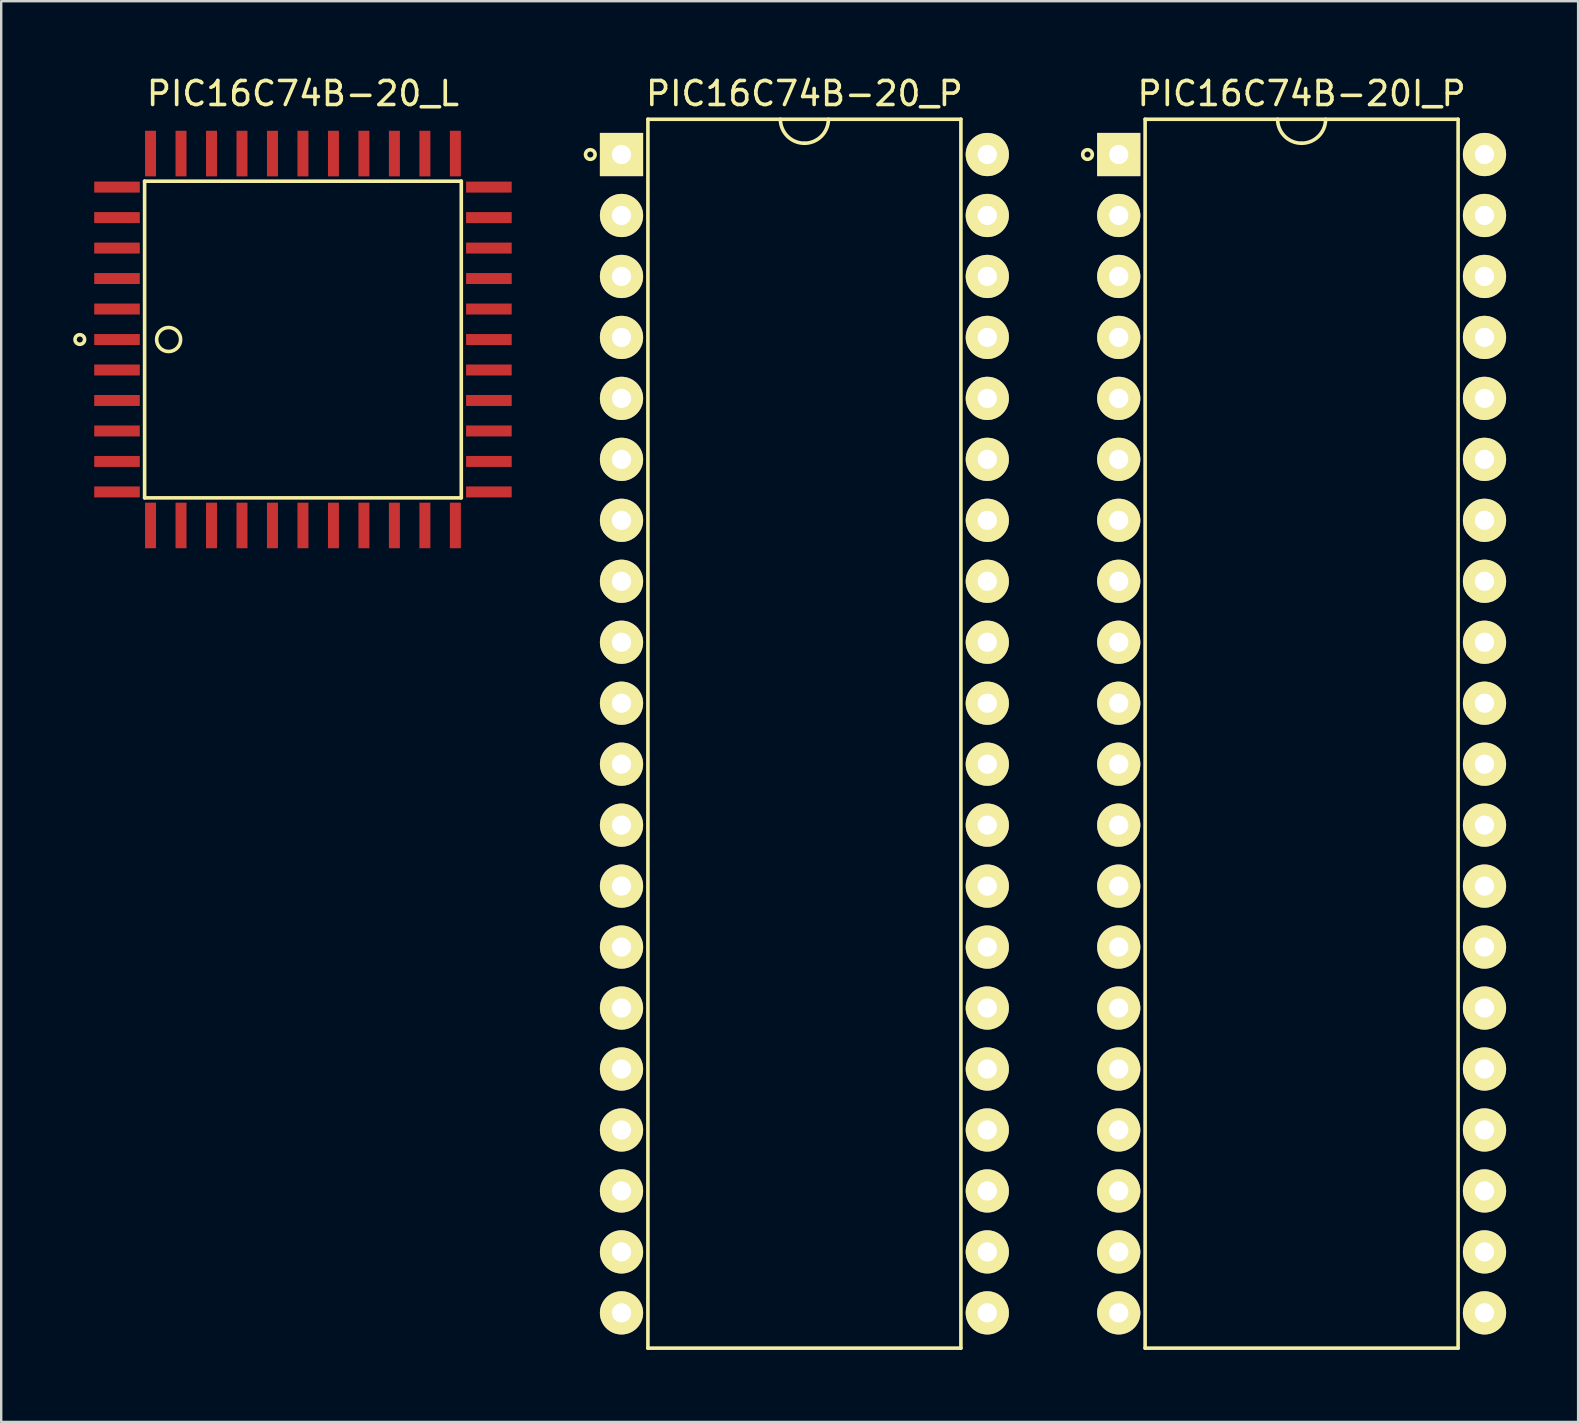
<source format=kicad_pcb>
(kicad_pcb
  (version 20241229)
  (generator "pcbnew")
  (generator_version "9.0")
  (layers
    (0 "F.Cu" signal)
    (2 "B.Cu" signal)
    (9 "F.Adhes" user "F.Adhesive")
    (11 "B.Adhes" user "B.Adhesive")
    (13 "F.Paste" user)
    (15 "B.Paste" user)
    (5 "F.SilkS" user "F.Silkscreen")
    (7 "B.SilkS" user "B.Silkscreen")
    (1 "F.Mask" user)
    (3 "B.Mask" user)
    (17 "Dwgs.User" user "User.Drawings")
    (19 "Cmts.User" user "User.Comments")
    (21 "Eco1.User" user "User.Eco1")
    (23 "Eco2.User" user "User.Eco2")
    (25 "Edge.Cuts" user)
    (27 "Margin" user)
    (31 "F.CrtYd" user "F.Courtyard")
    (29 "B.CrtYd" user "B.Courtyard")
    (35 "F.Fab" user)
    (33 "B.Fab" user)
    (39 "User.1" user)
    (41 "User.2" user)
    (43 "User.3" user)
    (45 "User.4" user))
  (footprint "PIC16C74B-20_P"
    (layer "F.Cu")
    (at 22.844 3.388)
    (property "Reference" "PIC16C74B-20_P" (at 7.62 -2.54 0) (layer "F.SilkS") (effects (font (size 1 1) (thickness 0.15))))
    (attr through_hole)
    (fp_line (start 1.1 -1.47) (end 14.14 -1.47) (stroke (width 0.15) (type solid)) (layer "F.SilkS"))
    (fp_line (start 1.1 49.73) (end 1.1 -1.47) (stroke (width 0.15) (type solid)) (layer "F.SilkS"))
    (fp_line (start 14.14 -1.47) (end 14.14 49.73) (stroke (width 0.15) (type solid)) (layer "F.SilkS"))
    (fp_line (start 14.14 49.73) (end 1.1 49.73) (stroke (width 0.15) (type solid)) (layer "F.SilkS"))
    (fp_arc (start 7.62 -0.47) (mid 6.912893 -0.762893) (end 6.62 -1.47) (stroke (width 0.15) (type solid)) (layer "F.SilkS"))
    (fp_arc (start 8.62 -1.47) (mid 8.327107 -0.762893) (end 7.62 -0.47) (stroke (width 0.15) (type solid)) (layer "F.SilkS"))
    (fp_circle (center -1.3 0) (end -1.3 0.2) (stroke (width 0.15) (type solid)) (fill no) (layer "F.SilkS"))
    (pad "1" thru_hole rect (at 0 0) (size 1.8 1.8) (drill 0.8) (layers "*.Cu" "*.Mask" "F.SilkS"))
    (pad "2" thru_hole circle (at 0 2.54) (size 1.8 1.8) (drill 0.8) (layers "*.Cu" "*.Mask" "F.SilkS"))
    (pad "3" thru_hole circle (at 0 5.08) (size 1.8 1.8) (drill 0.8) (layers "*.Cu" "*.Mask" "F.SilkS"))
    (pad "4" thru_hole circle (at 0 7.62) (size 1.8 1.8) (drill 0.8) (layers "*.Cu" "*.Mask" "F.SilkS"))
    (pad "5" thru_hole circle (at 0 10.16) (size 1.8 1.8) (drill 0.8) (layers "*.Cu" "*.Mask" "F.SilkS"))
    (pad "6" thru_hole circle (at 0 12.7) (size 1.8 1.8) (drill 0.8) (layers "*.Cu" "*.Mask" "F.SilkS"))
    (pad "7" thru_hole circle (at 0 15.24) (size 1.8 1.8) (drill 0.8) (layers "*.Cu" "*.Mask" "F.SilkS"))
    (pad "8" thru_hole circle (at 0 17.78) (size 1.8 1.8) (drill 0.8) (layers "*.Cu" "*.Mask" "F.SilkS"))
    (pad "9" thru_hole circle (at 0 20.32) (size 1.8 1.8) (drill 0.8) (layers "*.Cu" "*.Mask" "F.SilkS"))
    (pad "10" thru_hole circle (at 0 22.86) (size 1.8 1.8) (drill 0.8) (layers "*.Cu" "*.Mask" "F.SilkS"))
    (pad "11" thru_hole circle (at 0 25.4) (size 1.8 1.8) (drill 0.8) (layers "*.Cu" "*.Mask" "F.SilkS"))
    (pad "12" thru_hole circle (at 0 27.94) (size 1.8 1.8) (drill 0.8) (layers "*.Cu" "*.Mask" "F.SilkS"))
    (pad "13" thru_hole circle (at 0 30.48) (size 1.8 1.8) (drill 0.8) (layers "*.Cu" "*.Mask" "F.SilkS"))
    (pad "14" thru_hole circle (at 0 33.02) (size 1.8 1.8) (drill 0.8) (layers "*.Cu" "*.Mask" "F.SilkS"))
    (pad "15" thru_hole circle (at 0 35.56) (size 1.8 1.8) (drill 0.8) (layers "*.Cu" "*.Mask" "F.SilkS"))
    (pad "16" thru_hole circle (at 0 38.1) (size 1.8 1.8) (drill 0.8) (layers "*.Cu" "*.Mask" "F.SilkS"))
    (pad "17" thru_hole circle (at 0 40.64) (size 1.8 1.8) (drill 0.8) (layers "*.Cu" "*.Mask" "F.SilkS"))
    (pad "18" thru_hole circle (at 0 43.18) (size 1.8 1.8) (drill 0.8) (layers "*.Cu" "*.Mask" "F.SilkS"))
    (pad "19" thru_hole circle (at 0 45.72) (size 1.8 1.8) (drill 0.8) (layers "*.Cu" "*.Mask" "F.SilkS"))
    (pad "20" thru_hole circle (at 0 48.26) (size 1.8 1.8) (drill 0.8) (layers "*.Cu" "*.Mask" "F.SilkS"))
    (pad "21" thru_hole circle (at 15.24 48.26) (size 1.8 1.8) (drill 0.8) (layers "*.Cu" "*.Mask" "F.SilkS"))
    (pad "22" thru_hole circle (at 15.24 45.72) (size 1.8 1.8) (drill 0.8) (layers "*.Cu" "*.Mask" "F.SilkS"))
    (pad "23" thru_hole circle (at 15.24 43.18) (size 1.8 1.8) (drill 0.8) (layers "*.Cu" "*.Mask" "F.SilkS"))
    (pad "24" thru_hole circle (at 15.24 40.64) (size 1.8 1.8) (drill 0.8) (layers "*.Cu" "*.Mask" "F.SilkS"))
    (pad "25" thru_hole circle (at 15.24 38.1) (size 1.8 1.8) (drill 0.8) (layers "*.Cu" "*.Mask" "F.SilkS"))
    (pad "26" thru_hole circle (at 15.24 35.56) (size 1.8 1.8) (drill 0.8) (layers "*.Cu" "*.Mask" "F.SilkS"))
    (pad "27" thru_hole circle (at 15.24 33.02) (size 1.8 1.8) (drill 0.8) (layers "*.Cu" "*.Mask" "F.SilkS"))
    (pad "28" thru_hole circle (at 15.24 30.48) (size 1.8 1.8) (drill 0.8) (layers "*.Cu" "*.Mask" "F.SilkS"))
    (pad "29" thru_hole circle (at 15.24 27.94) (size 1.8 1.8) (drill 0.8) (layers "*.Cu" "*.Mask" "F.SilkS"))
    (pad "30" thru_hole circle (at 15.24 25.4) (size 1.8 1.8) (drill 0.8) (layers "*.Cu" "*.Mask" "F.SilkS"))
    (pad "31" thru_hole circle (at 15.24 22.86) (size 1.8 1.8) (drill 0.8) (layers "*.Cu" "*.Mask" "F.SilkS"))
    (pad "32" thru_hole circle (at 15.24 20.32) (size 1.8 1.8) (drill 0.8) (layers "*.Cu" "*.Mask" "F.SilkS"))
    (pad "33" thru_hole circle (at 15.24 17.78) (size 1.8 1.8) (drill 0.8) (layers "*.Cu" "*.Mask" "F.SilkS"))
    (pad "34" thru_hole circle (at 15.24 15.24) (size 1.8 1.8) (drill 0.8) (layers "*.Cu" "*.Mask" "F.SilkS"))
    (pad "35" thru_hole circle (at 15.24 12.7) (size 1.8 1.8) (drill 0.8) (layers "*.Cu" "*.Mask" "F.SilkS"))
    (pad "36" thru_hole circle (at 15.24 10.16) (size 1.8 1.8) (drill 0.8) (layers "*.Cu" "*.Mask" "F.SilkS"))
    (pad "37" thru_hole circle (at 15.24 7.62) (size 1.8 1.8) (drill 0.8) (layers "*.Cu" "*.Mask" "F.SilkS"))
    (pad "38" thru_hole circle (at 15.24 5.08) (size 1.8 1.8) (drill 0.8) (layers "*.Cu" "*.Mask" "F.SilkS"))
    (pad "39" thru_hole circle (at 15.24 2.54) (size 1.8 1.8) (drill 0.8) (layers "*.Cu" "*.Mask" "F.SilkS"))
    (pad "40" thru_hole circle (at 15.24 0) (size 1.8 1.8) (drill 0.8) (layers "*.Cu" "*.Mask" "F.SilkS")))
  (footprint "PIC16C74B-20_L"
    (layer "F.Cu")
    (at 1.825 3.348)
    (property "Reference" "PIC16C74B-20_L" (at 7.747 -2.5 0) (layer "F.SilkS") (effects (font (size 1 1) (thickness 0.15))))
    (attr through_hole)
    (fp_line (start 1.15 1.15) (end 1.15 14.344) (stroke (width 0.15) (type solid)) (layer "F.SilkS"))
    (fp_line (start 1.15 1.15) (end 14.344 1.15) (stroke (width 0.15) (type solid)) (layer "F.SilkS"))
    (fp_line (start 1.15 14.344) (end 14.344 14.344) (stroke (width 0.15) (type solid)) (layer "F.SilkS"))
    (fp_line (start 14.344 14.344) (end 14.344 1.15) (stroke (width 0.15) (type solid)) (layer "F.SilkS"))
    (fp_circle (center -1.55 7.747) (end -1.55 7.547) (stroke (width 0.15) (type solid)) (fill no) (layer "F.SilkS"))
    (fp_circle (center 2.15 7.747) (end 2.15 7.247) (stroke (width 0.15) (type solid)) (fill no) (layer "F.SilkS"))
    (pad "1" smd rect (at 0 7.747) (size 1.9 0.457) (layers "F.Cu" "F.Mask" "F.Paste"))
    (pad "2" smd rect (at 0 9.017) (size 1.9 0.457) (layers "F.Cu" "F.Mask" "F.Paste"))
    (pad "3" smd rect (at 0 10.287) (size 1.9 0.457) (layers "F.Cu" "F.Mask" "F.Paste"))
    (pad "4" smd rect (at 0 11.557) (size 1.9 0.457) (layers "F.Cu" "F.Mask" "F.Paste"))
    (pad "5" smd rect (at 0 12.827) (size 1.9 0.457) (layers "F.Cu" "F.Mask" "F.Paste"))
    (pad "6" smd rect (at 0 14.097) (size 1.9 0.457) (layers "F.Cu" "F.Mask" "F.Paste"))
    (pad "7" smd rect (at 1.397 15.494) (size 0.457 1.9) (layers "F.Cu" "F.Mask" "F.Paste"))
    (pad "8" smd rect (at 2.667 15.494) (size 0.457 1.9) (layers "F.Cu" "F.Mask" "F.Paste"))
    (pad "9" smd rect (at 3.937 15.494) (size 0.457 1.9) (layers "F.Cu" "F.Mask" "F.Paste"))
    (pad "10" smd rect (at 5.207 15.494) (size 0.457 1.9) (layers "F.Cu" "F.Mask" "F.Paste"))
    (pad "11" smd rect (at 6.477 15.494) (size 0.457 1.9) (layers "F.Cu" "F.Mask" "F.Paste"))
    (pad "12" smd rect (at 7.747 15.494) (size 0.457 1.9) (layers "F.Cu" "F.Mask" "F.Paste"))
    (pad "13" smd rect (at 9.017 15.494) (size 0.457 1.9) (layers "F.Cu" "F.Mask" "F.Paste"))
    (pad "14" smd rect (at 10.287 15.494) (size 0.457 1.9) (layers "F.Cu" "F.Mask" "F.Paste"))
    (pad "15" smd rect (at 11.557 15.494) (size 0.457 1.9) (layers "F.Cu" "F.Mask" "F.Paste"))
    (pad "16" smd rect (at 12.827 15.494) (size 0.457 1.9) (layers "F.Cu" "F.Mask" "F.Paste"))
    (pad "17" smd rect (at 14.097 15.494) (size 0.457 1.9) (layers "F.Cu" "F.Mask" "F.Paste"))
    (pad "18" smd rect (at 15.494 14.097) (size 1.9 0.457) (layers "F.Cu" "F.Mask" "F.Paste"))
    (pad "19" smd rect (at 15.494 12.827) (size 1.9 0.457) (layers "F.Cu" "F.Mask" "F.Paste"))
    (pad "20" smd rect (at 15.494 11.557) (size 1.9 0.457) (layers "F.Cu" "F.Mask" "F.Paste"))
    (pad "21" smd rect (at 15.494 10.287) (size 1.9 0.457) (layers "F.Cu" "F.Mask" "F.Paste"))
    (pad "22" smd rect (at 15.494 9.017) (size 1.9 0.457) (layers "F.Cu" "F.Mask" "F.Paste"))
    (pad "23" smd rect (at 15.494 7.747) (size 1.9 0.457) (layers "F.Cu" "F.Mask" "F.Paste"))
    (pad "24" smd rect (at 15.494 6.477) (size 1.9 0.457) (layers "F.Cu" "F.Mask" "F.Paste"))
    (pad "25" smd rect (at 15.494 5.207) (size 1.9 0.457) (layers "F.Cu" "F.Mask" "F.Paste"))
    (pad "26" smd rect (at 15.494 3.937) (size 1.9 0.457) (layers "F.Cu" "F.Mask" "F.Paste"))
    (pad "27" smd rect (at 15.494 2.667) (size 1.9 0.457) (layers "F.Cu" "F.Mask" "F.Paste"))
    (pad "28" smd rect (at 15.494 1.397) (size 1.9 0.457) (layers "F.Cu" "F.Mask" "F.Paste"))
    (pad "29" smd rect (at 14.097 0) (size 0.457 1.9) (layers "F.Cu" "F.Mask" "F.Paste"))
    (pad "30" smd rect (at 12.827 0) (size 0.457 1.9) (layers "F.Cu" "F.Mask" "F.Paste"))
    (pad "31" smd rect (at 11.557 0) (size 0.457 1.9) (layers "F.Cu" "F.Mask" "F.Paste"))
    (pad "32" smd rect (at 10.287 0) (size 0.457 1.9) (layers "F.Cu" "F.Mask" "F.Paste"))
    (pad "33" smd rect (at 9.017 0) (size 0.457 1.9) (layers "F.Cu" "F.Mask" "F.Paste"))
    (pad "34" smd rect (at 7.747 0) (size 0.457 1.9) (layers "F.Cu" "F.Mask" "F.Paste"))
    (pad "35" smd rect (at 6.477 0) (size 0.457 1.9) (layers "F.Cu" "F.Mask" "F.Paste"))
    (pad "36" smd rect (at 5.207 0) (size 0.457 1.9) (layers "F.Cu" "F.Mask" "F.Paste"))
    (pad "37" smd rect (at 3.937 0) (size 0.457 1.9) (layers "F.Cu" "F.Mask" "F.Paste"))
    (pad "38" smd rect (at 2.667 0) (size 0.457 1.9) (layers "F.Cu" "F.Mask" "F.Paste"))
    (pad "39" smd rect (at 1.397 0) (size 0.457 1.9) (layers "F.Cu" "F.Mask" "F.Paste"))
    (pad "40" smd rect (at 0 1.397) (size 1.9 0.457) (layers "F.Cu" "F.Mask" "F.Paste"))
    (pad "41" smd rect (at 0 2.667) (size 1.9 0.457) (layers "F.Cu" "F.Mask" "F.Paste"))
    (pad "42" smd rect (at 0 3.937) (size 1.9 0.457) (layers "F.Cu" "F.Mask" "F.Paste"))
    (pad "43" smd rect (at 0 5.207) (size 1.9 0.457) (layers "F.Cu" "F.Mask" "F.Paste"))
    (pad "44" smd rect (at 0 6.477) (size 1.9 0.457) (layers "F.Cu" "F.Mask" "F.Paste")))
  (footprint "PIC16C74B-20I_P"
    (layer "F.Cu")
    (at 43.559 3.388)
    (property "Reference" "PIC16C74B-20I_P" (at 7.62 -2.54 0) (layer "F.SilkS") (effects (font (size 1 1) (thickness 0.15))))
    (attr through_hole)
    (fp_line (start 1.1 -1.47) (end 14.14 -1.47) (stroke (width 0.15) (type solid)) (layer "F.SilkS"))
    (fp_line (start 1.1 49.73) (end 1.1 -1.47) (stroke (width 0.15) (type solid)) (layer "F.SilkS"))
    (fp_line (start 14.14 -1.47) (end 14.14 49.73) (stroke (width 0.15) (type solid)) (layer "F.SilkS"))
    (fp_line (start 14.14 49.73) (end 1.1 49.73) (stroke (width 0.15) (type solid)) (layer "F.SilkS"))
    (fp_arc (start 7.62 -0.47) (mid 6.912893 -0.762893) (end 6.62 -1.47) (stroke (width 0.15) (type solid)) (layer "F.SilkS"))
    (fp_arc (start 8.62 -1.47) (mid 8.327107 -0.762893) (end 7.62 -0.47) (stroke (width 0.15) (type solid)) (layer "F.SilkS"))
    (fp_circle (center -1.3 0) (end -1.3 0.2) (stroke (width 0.15) (type solid)) (fill no) (layer "F.SilkS"))
    (pad "1" thru_hole rect (at 0 0) (size 1.8 1.8) (drill 0.8) (layers "*.Cu" "*.Mask" "F.SilkS"))
    (pad "2" thru_hole circle (at 0 2.54) (size 1.8 1.8) (drill 0.8) (layers "*.Cu" "*.Mask" "F.SilkS"))
    (pad "3" thru_hole circle (at 0 5.08) (size 1.8 1.8) (drill 0.8) (layers "*.Cu" "*.Mask" "F.SilkS"))
    (pad "4" thru_hole circle (at 0 7.62) (size 1.8 1.8) (drill 0.8) (layers "*.Cu" "*.Mask" "F.SilkS"))
    (pad "5" thru_hole circle (at 0 10.16) (size 1.8 1.8) (drill 0.8) (layers "*.Cu" "*.Mask" "F.SilkS"))
    (pad "6" thru_hole circle (at 0 12.7) (size 1.8 1.8) (drill 0.8) (layers "*.Cu" "*.Mask" "F.SilkS"))
    (pad "7" thru_hole circle (at 0 15.24) (size 1.8 1.8) (drill 0.8) (layers "*.Cu" "*.Mask" "F.SilkS"))
    (pad "8" thru_hole circle (at 0 17.78) (size 1.8 1.8) (drill 0.8) (layers "*.Cu" "*.Mask" "F.SilkS"))
    (pad "9" thru_hole circle (at 0 20.32) (size 1.8 1.8) (drill 0.8) (layers "*.Cu" "*.Mask" "F.SilkS"))
    (pad "10" thru_hole circle (at 0 22.86) (size 1.8 1.8) (drill 0.8) (layers "*.Cu" "*.Mask" "F.SilkS"))
    (pad "11" thru_hole circle (at 0 25.4) (size 1.8 1.8) (drill 0.8) (layers "*.Cu" "*.Mask" "F.SilkS"))
    (pad "12" thru_hole circle (at 0 27.94) (size 1.8 1.8) (drill 0.8) (layers "*.Cu" "*.Mask" "F.SilkS"))
    (pad "13" thru_hole circle (at 0 30.48) (size 1.8 1.8) (drill 0.8) (layers "*.Cu" "*.Mask" "F.SilkS"))
    (pad "14" thru_hole circle (at 0 33.02) (size 1.8 1.8) (drill 0.8) (layers "*.Cu" "*.Mask" "F.SilkS"))
    (pad "15" thru_hole circle (at 0 35.56) (size 1.8 1.8) (drill 0.8) (layers "*.Cu" "*.Mask" "F.SilkS"))
    (pad "16" thru_hole circle (at 0 38.1) (size 1.8 1.8) (drill 0.8) (layers "*.Cu" "*.Mask" "F.SilkS"))
    (pad "17" thru_hole circle (at 0 40.64) (size 1.8 1.8) (drill 0.8) (layers "*.Cu" "*.Mask" "F.SilkS"))
    (pad "18" thru_hole circle (at 0 43.18) (size 1.8 1.8) (drill 0.8) (layers "*.Cu" "*.Mask" "F.SilkS"))
    (pad "19" thru_hole circle (at 0 45.72) (size 1.8 1.8) (drill 0.8) (layers "*.Cu" "*.Mask" "F.SilkS"))
    (pad "20" thru_hole circle (at 0 48.26) (size 1.8 1.8) (drill 0.8) (layers "*.Cu" "*.Mask" "F.SilkS"))
    (pad "21" thru_hole circle (at 15.24 48.26) (size 1.8 1.8) (drill 0.8) (layers "*.Cu" "*.Mask" "F.SilkS"))
    (pad "22" thru_hole circle (at 15.24 45.72) (size 1.8 1.8) (drill 0.8) (layers "*.Cu" "*.Mask" "F.SilkS"))
    (pad "23" thru_hole circle (at 15.24 43.18) (size 1.8 1.8) (drill 0.8) (layers "*.Cu" "*.Mask" "F.SilkS"))
    (pad "24" thru_hole circle (at 15.24 40.64) (size 1.8 1.8) (drill 0.8) (layers "*.Cu" "*.Mask" "F.SilkS"))
    (pad "25" thru_hole circle (at 15.24 38.1) (size 1.8 1.8) (drill 0.8) (layers "*.Cu" "*.Mask" "F.SilkS"))
    (pad "26" thru_hole circle (at 15.24 35.56) (size 1.8 1.8) (drill 0.8) (layers "*.Cu" "*.Mask" "F.SilkS"))
    (pad "27" thru_hole circle (at 15.24 33.02) (size 1.8 1.8) (drill 0.8) (layers "*.Cu" "*.Mask" "F.SilkS"))
    (pad "28" thru_hole circle (at 15.24 30.48) (size 1.8 1.8) (drill 0.8) (layers "*.Cu" "*.Mask" "F.SilkS"))
    (pad "29" thru_hole circle (at 15.24 27.94) (size 1.8 1.8) (drill 0.8) (layers "*.Cu" "*.Mask" "F.SilkS"))
    (pad "30" thru_hole circle (at 15.24 25.4) (size 1.8 1.8) (drill 0.8) (layers "*.Cu" "*.Mask" "F.SilkS"))
    (pad "31" thru_hole circle (at 15.24 22.86) (size 1.8 1.8) (drill 0.8) (layers "*.Cu" "*.Mask" "F.SilkS"))
    (pad "32" thru_hole circle (at 15.24 20.32) (size 1.8 1.8) (drill 0.8) (layers "*.Cu" "*.Mask" "F.SilkS"))
    (pad "33" thru_hole circle (at 15.24 17.78) (size 1.8 1.8) (drill 0.8) (layers "*.Cu" "*.Mask" "F.SilkS"))
    (pad "34" thru_hole circle (at 15.24 15.24) (size 1.8 1.8) (drill 0.8) (layers "*.Cu" "*.Mask" "F.SilkS"))
    (pad "35" thru_hole circle (at 15.24 12.7) (size 1.8 1.8) (drill 0.8) (layers "*.Cu" "*.Mask" "F.SilkS"))
    (pad "36" thru_hole circle (at 15.24 10.16) (size 1.8 1.8) (drill 0.8) (layers "*.Cu" "*.Mask" "F.SilkS"))
    (pad "37" thru_hole circle (at 15.24 7.62) (size 1.8 1.8) (drill 0.8) (layers "*.Cu" "*.Mask" "F.SilkS"))
    (pad "38" thru_hole circle (at 15.24 5.08) (size 1.8 1.8) (drill 0.8) (layers "*.Cu" "*.Mask" "F.SilkS"))
    (pad "39" thru_hole circle (at 15.24 2.54) (size 1.8 1.8) (drill 0.8) (layers "*.Cu" "*.Mask" "F.SilkS"))
    (pad "40" thru_hole circle (at 15.24 0) (size 1.8 1.8) (drill 0.8) (layers "*.Cu" "*.Mask" "F.SilkS")))
  (gr_rect
    (start -3 -3)
    (end 62.699 56.193)
    (stroke (width 0.1) (type default))
    (fill no)
    (layer "Edge.Cuts")))
</source>
